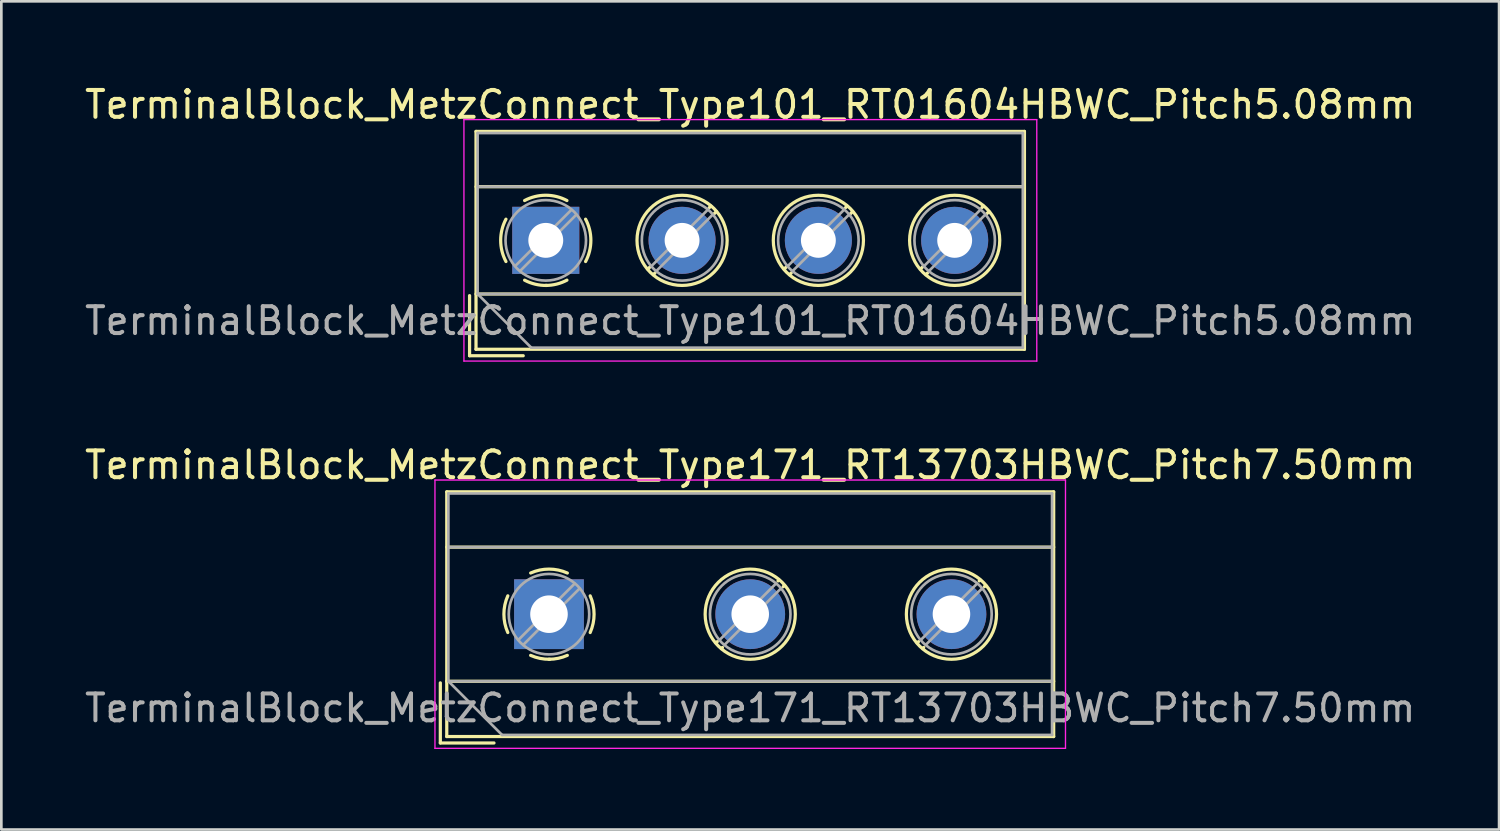
<source format=kicad_pcb>
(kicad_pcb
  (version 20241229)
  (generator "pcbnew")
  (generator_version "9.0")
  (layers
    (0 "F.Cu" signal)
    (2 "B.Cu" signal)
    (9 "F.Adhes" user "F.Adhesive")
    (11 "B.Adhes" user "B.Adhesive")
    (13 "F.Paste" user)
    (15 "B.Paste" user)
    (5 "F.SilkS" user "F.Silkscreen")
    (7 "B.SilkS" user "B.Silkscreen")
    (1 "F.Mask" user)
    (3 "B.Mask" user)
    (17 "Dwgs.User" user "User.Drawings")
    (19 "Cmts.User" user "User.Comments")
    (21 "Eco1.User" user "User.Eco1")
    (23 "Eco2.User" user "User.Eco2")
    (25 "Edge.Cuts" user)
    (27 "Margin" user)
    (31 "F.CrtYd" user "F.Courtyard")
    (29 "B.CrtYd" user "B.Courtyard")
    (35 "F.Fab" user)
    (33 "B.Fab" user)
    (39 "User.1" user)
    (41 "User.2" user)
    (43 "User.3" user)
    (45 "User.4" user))
  (footprint "TerminalBlock_MetzConnect_Type101_RT01604HBWC_Pitch5.08mm"
    (layer "F.Cu")
    (at 17.291 5.908)
    (property "Reference" "TerminalBlock_MetzConnect_Type101_RT01604HBWC_Pitch5.08mm" (at 7.62 -5.06 0) (layer "F.SilkS") (effects (font (size 1 1) (thickness 0.15))))
    (attr through_hole)
    (fp_line (start -2.84 2.06) (end -2.84 4.3) (stroke (width 0.12) (type solid)) (layer "F.SilkS"))
    (fp_line (start -2.84 4.3) (end -0.84 4.3) (stroke (width 0.12) (type solid)) (layer "F.SilkS"))
    (fp_line (start -2.6 -4.06) (end -2.6 4.06) (stroke (width 0.12) (type solid)) (layer "F.SilkS"))
    (fp_line (start -2.6 -2) (end 17.84 -2) (stroke (width 0.12) (type solid)) (layer "F.SilkS"))
    (fp_line (start -2.6 2) (end 17.84 2) (stroke (width 0.12) (type solid)) (layer "F.SilkS"))
    (fp_line (start -2.6 4.06) (end 17.84 4.06) (stroke (width 0.12) (type solid)) (layer "F.SilkS"))
    (fp_line (start 3.9 0.976) (end 3.806 1.069) (stroke (width 0.12) (type solid)) (layer "F.SilkS"))
    (fp_line (start 4.07 1.216) (end 4.011 1.274) (stroke (width 0.12) (type solid)) (layer "F.SilkS"))
    (fp_line (start 6.15 -1.275) (end 6.091 -1.216) (stroke (width 0.12) (type solid)) (layer "F.SilkS"))
    (fp_line (start 6.355 -1.069) (end 6.261 -0.976) (stroke (width 0.12) (type solid)) (layer "F.SilkS"))
    (fp_line (start 8.98 0.976) (end 8.886 1.069) (stroke (width 0.12) (type solid)) (layer "F.SilkS"))
    (fp_line (start 9.15 1.216) (end 9.091 1.274) (stroke (width 0.12) (type solid)) (layer "F.SilkS"))
    (fp_line (start 11.23 -1.275) (end 11.171 -1.216) (stroke (width 0.12) (type solid)) (layer "F.SilkS"))
    (fp_line (start 11.435 -1.069) (end 11.341 -0.976) (stroke (width 0.12) (type solid)) (layer "F.SilkS"))
    (fp_line (start 14.06 0.976) (end 13.966 1.069) (stroke (width 0.12) (type solid)) (layer "F.SilkS"))
    (fp_line (start 14.23 1.216) (end 14.171 1.274) (stroke (width 0.12) (type solid)) (layer "F.SilkS"))
    (fp_line (start 16.31 -1.275) (end 16.251 -1.216) (stroke (width 0.12) (type solid)) (layer "F.SilkS"))
    (fp_line (start 16.515 -1.069) (end 16.421 -0.976) (stroke (width 0.12) (type solid)) (layer "F.SilkS"))
    (fp_line (start 17.84 -4.06) (end -2.6 -4.06) (stroke (width 0.12) (type solid)) (layer "F.SilkS"))
    (fp_line (start 17.84 4.06) (end 17.84 -4.06) (stroke (width 0.12) (type solid)) (layer "F.SilkS"))
    (fp_arc (start -1.483953 0.789089) (mid -1.680708 0.00005) (end -1.484 -0.789) (stroke (width 0.12) (type solid)) (layer "F.SilkS"))
    (fp_arc (start -0.789089 -1.483953) (mid -0.00005 -1.680708) (end 0.789 -1.484) (stroke (width 0.12) (type solid)) (layer "F.SilkS"))
    (fp_arc (start 0.029383 1.68045) (mid -0.392304 1.634281) (end -0.789 1.484) (stroke (width 0.12) (type solid)) (layer "F.SilkS"))
    (fp_arc (start 0.788712 1.483352) (mid 0.406429 1.630097) (end 0 1.68) (stroke (width 0.12) (type solid)) (layer "F.SilkS"))
    (fp_arc (start 1.483953 -0.789089) (mid 1.680708 -0.00005) (end 1.484 0.789) (stroke (width 0.12) (type solid)) (layer "F.SilkS"))
    (fp_circle (center 5.08 0) (end 6.76 0) (stroke (width 0.12) (type solid)) (fill no) (layer "F.SilkS"))
    (fp_circle (center 10.16 0) (end 11.84 0) (stroke (width 0.12) (type solid)) (fill no) (layer "F.SilkS"))
    (fp_circle (center 15.24 0) (end 16.92 0) (stroke (width 0.12) (type solid)) (fill no) (layer "F.SilkS"))
    (fp_line (start -3.05 -4.5) (end -3.05 4.5) (stroke (width 0.05) (type solid)) (layer "F.CrtYd"))
    (fp_line (start -3.05 4.5) (end 18.3 4.5) (stroke (width 0.05) (type solid)) (layer "F.CrtYd"))
    (fp_line (start 18.3 -4.5) (end -3.05 -4.5) (stroke (width 0.05) (type solid)) (layer "F.CrtYd"))
    (fp_line (start 18.3 4.5) (end 18.3 -4.5) (stroke (width 0.05) (type solid)) (layer "F.CrtYd"))
    (fp_line (start -2.54 -4) (end 17.78 -4) (stroke (width 0.1) (type solid)) (layer "F.Fab"))
    (fp_line (start -2.54 -2) (end 17.78 -2) (stroke (width 0.1) (type solid)) (layer "F.Fab"))
    (fp_line (start -2.54 2) (end -2.54 -4) (stroke (width 0.1) (type solid)) (layer "F.Fab"))
    (fp_line (start -2.54 2) (end 17.78 2) (stroke (width 0.1) (type solid)) (layer "F.Fab"))
    (fp_line (start -0.54 4) (end -2.54 2) (stroke (width 0.1) (type solid)) (layer "F.Fab"))
    (fp_line (start 0.955 -1.138) (end -1.138 0.955) (stroke (width 0.1) (type solid)) (layer "F.Fab"))
    (fp_line (start 1.138 -0.955) (end -0.955 1.138) (stroke (width 0.1) (type solid)) (layer "F.Fab"))
    (fp_line (start 6.035 -1.138) (end 3.943 0.955) (stroke (width 0.1) (type solid)) (layer "F.Fab"))
    (fp_line (start 6.218 -0.955) (end 4.126 1.138) (stroke (width 0.1) (type solid)) (layer "F.Fab"))
    (fp_line (start 11.115 -1.138) (end 9.023 0.955) (stroke (width 0.1) (type solid)) (layer "F.Fab"))
    (fp_line (start 11.298 -0.955) (end 9.206 1.138) (stroke (width 0.1) (type solid)) (layer "F.Fab"))
    (fp_line (start 16.195 -1.138) (end 14.103 0.955) (stroke (width 0.1) (type solid)) (layer "F.Fab"))
    (fp_line (start 16.378 -0.955) (end 14.286 1.138) (stroke (width 0.1) (type solid)) (layer "F.Fab"))
    (fp_line (start 17.78 -4) (end 17.78 4) (stroke (width 0.1) (type solid)) (layer "F.Fab"))
    (fp_line (start 17.78 4) (end -0.54 4) (stroke (width 0.1) (type solid)) (layer "F.Fab"))
    (fp_circle (center 0 0) (end 1.5 0) (stroke (width 0.1) (type solid)) (fill no) (layer "F.Fab"))
    (fp_circle (center 5.08 0) (end 6.58 0) (stroke (width 0.1) (type solid)) (fill no) (layer "F.Fab"))
    (fp_circle (center 10.16 0) (end 11.66 0) (stroke (width 0.1) (type solid)) (fill no) (layer "F.Fab"))
    (fp_circle (center 15.24 0) (end 16.74 0) (stroke (width 0.1) (type solid)) (fill no) (layer "F.Fab"))
    (fp_text user "${REFERENCE}" (at 7.62 3 0) (layer "F.Fab") (effects (font (size 1 1) (thickness 0.15))))
    (pad "1" thru_hole rect (at 0 0) (size 2.5 2.5) (drill 1.3) (layers "*.Cu" "*.Mask"))
    (pad "2" thru_hole circle (at 5.08 0) (size 2.5 2.5) (drill 1.3) (layers "*.Cu" "*.Mask"))
    (pad "3" thru_hole circle (at 10.16 0) (size 2.5 2.5) (drill 1.3) (layers "*.Cu" "*.Mask"))
    (pad "4" thru_hole circle (at 15.24 0) (size 2.5 2.5) (drill 1.3) (layers "*.Cu" "*.Mask")))
  (footprint "TerminalBlock_MetzConnect_Type171_RT13703HBWC_Pitch7.50mm"
    (layer "F.Cu")
    (at 17.411 19.841)
    (property "Reference" "TerminalBlock_MetzConnect_Type171_RT13703HBWC_Pitch7.50mm" (at 7.5 -5.56 0) (layer "F.SilkS") (effects (font (size 1 1) (thickness 0.15))))
    (attr through_hole)
    (fp_line (start -4.05 2.56) (end -4.05 4.8) (stroke (width 0.12) (type solid)) (layer "F.SilkS"))
    (fp_line (start -4.05 4.8) (end -2.05 4.8) (stroke (width 0.12) (type solid)) (layer "F.SilkS"))
    (fp_line (start -3.81 -4.56) (end -3.81 4.56) (stroke (width 0.12) (type solid)) (layer "F.SilkS"))
    (fp_line (start -3.81 -2.5) (end 18.81 -2.5) (stroke (width 0.12) (type solid)) (layer "F.SilkS"))
    (fp_line (start -3.81 2.5) (end 18.81 2.5) (stroke (width 0.12) (type solid)) (layer "F.SilkS"))
    (fp_line (start -3.81 4.56) (end 18.81 4.56) (stroke (width 0.12) (type solid)) (layer "F.SilkS"))
    (fp_line (start 6.273 1.023) (end 6.226 1.069) (stroke (width 0.12) (type solid)) (layer "F.SilkS"))
    (fp_line (start 6.466 1.239) (end 6.431 1.274) (stroke (width 0.12) (type solid)) (layer "F.SilkS"))
    (fp_line (start 8.57 -1.275) (end 8.535 -1.239) (stroke (width 0.12) (type solid)) (layer "F.SilkS"))
    (fp_line (start 8.775 -1.069) (end 8.728 -1.023) (stroke (width 0.12) (type solid)) (layer "F.SilkS"))
    (fp_line (start 13.773 1.023) (end 13.726 1.069) (stroke (width 0.12) (type solid)) (layer "F.SilkS"))
    (fp_line (start 13.966 1.239) (end 13.931 1.274) (stroke (width 0.12) (type solid)) (layer "F.SilkS"))
    (fp_line (start 16.07 -1.275) (end 16.035 -1.239) (stroke (width 0.12) (type solid)) (layer "F.SilkS"))
    (fp_line (start 16.275 -1.069) (end 16.228 -1.023) (stroke (width 0.12) (type solid)) (layer "F.SilkS"))
    (fp_line (start 18.81 -4.56) (end -3.81 -4.56) (stroke (width 0.12) (type solid)) (layer "F.SilkS"))
    (fp_line (start 18.81 4.56) (end 18.81 -4.56) (stroke (width 0.12) (type solid)) (layer "F.SilkS"))
    (fp_arc (start -1.535427 0.683042) (mid -1.680501 -0.000524) (end -1.535 -0.684) (stroke (width 0.12) (type solid)) (layer "F.SilkS"))
    (fp_arc (start -0.683042 -1.535427) (mid 0.000524 -1.680501) (end 0.684 -1.535) (stroke (width 0.12) (type solid)) (layer "F.SilkS"))
    (fp_arc (start 0.028805 1.680253) (mid -0.335551 1.646659) (end -0.684 1.535) (stroke (width 0.12) (type solid)) (layer "F.SilkS"))
    (fp_arc (start 0.683318 1.534756) (mid 0.349292 1.643288) (end 0 1.68) (stroke (width 0.12) (type solid)) (layer "F.SilkS"))
    (fp_arc (start 1.535427 -0.683042) (mid 1.680501 0.000524) (end 1.535 0.684) (stroke (width 0.12) (type solid)) (layer "F.SilkS"))
    (fp_circle (center 7.5 0) (end 9.18 0) (stroke (width 0.12) (type solid)) (fill no) (layer "F.SilkS"))
    (fp_circle (center 15 0) (end 16.68 0) (stroke (width 0.12) (type solid)) (fill no) (layer "F.SilkS"))
    (fp_line (start -4.25 -5) (end -4.25 5) (stroke (width 0.05) (type solid)) (layer "F.CrtYd"))
    (fp_line (start -4.25 5) (end 19.25 5) (stroke (width 0.05) (type solid)) (layer "F.CrtYd"))
    (fp_line (start 19.25 -5) (end -4.25 -5) (stroke (width 0.05) (type solid)) (layer "F.CrtYd"))
    (fp_line (start 19.25 5) (end 19.25 -5) (stroke (width 0.05) (type solid)) (layer "F.CrtYd"))
    (fp_line (start -3.75 -4.5) (end 18.75 -4.5) (stroke (width 0.1) (type solid)) (layer "F.Fab"))
    (fp_line (start -3.75 -2.5) (end 18.75 -2.5) (stroke (width 0.1) (type solid)) (layer "F.Fab"))
    (fp_line (start -3.75 2.5) (end -3.75 -4.5) (stroke (width 0.1) (type solid)) (layer "F.Fab"))
    (fp_line (start -3.75 2.5) (end 18.75 2.5) (stroke (width 0.1) (type solid)) (layer "F.Fab"))
    (fp_line (start -1.75 4.5) (end -3.75 2.5) (stroke (width 0.1) (type solid)) (layer "F.Fab"))
    (fp_line (start 0.955 -1.138) (end -1.138 0.955) (stroke (width 0.1) (type solid)) (layer "F.Fab"))
    (fp_line (start 1.138 -0.955) (end -0.955 1.138) (stroke (width 0.1) (type solid)) (layer "F.Fab"))
    (fp_line (start 8.455 -1.138) (end 6.363 0.955) (stroke (width 0.1) (type solid)) (layer "F.Fab"))
    (fp_line (start 8.638 -0.955) (end 6.546 1.138) (stroke (width 0.1) (type solid)) (layer "F.Fab"))
    (fp_line (start 15.955 -1.138) (end 13.863 0.955) (stroke (width 0.1) (type solid)) (layer "F.Fab"))
    (fp_line (start 16.138 -0.955) (end 14.046 1.138) (stroke (width 0.1) (type solid)) (layer "F.Fab"))
    (fp_line (start 18.75 -4.5) (end 18.75 4.5) (stroke (width 0.1) (type solid)) (layer "F.Fab"))
    (fp_line (start 18.75 4.5) (end -1.75 4.5) (stroke (width 0.1) (type solid)) (layer "F.Fab"))
    (fp_circle (center 0 0) (end 1.5 0) (stroke (width 0.1) (type solid)) (fill no) (layer "F.Fab"))
    (fp_circle (center 7.5 0) (end 9 0) (stroke (width 0.1) (type solid)) (fill no) (layer "F.Fab"))
    (fp_circle (center 15 0) (end 16.5 0) (stroke (width 0.1) (type solid)) (fill no) (layer "F.Fab"))
    (fp_text user "${REFERENCE}" (at 7.5 3.5 0) (layer "F.Fab") (effects (font (size 1 1) (thickness 0.15))))
    (pad "1" thru_hole rect (at 0 0) (size 2.6 2.6) (drill 1.4) (layers "*.Cu" "*.Mask"))
    (pad "2" thru_hole circle (at 7.5 0) (size 2.6 2.6) (drill 1.4) (layers "*.Cu" "*.Mask"))
    (pad "3" thru_hole circle (at 15 0) (size 2.6 2.6) (drill 1.4) (layers "*.Cu" "*.Mask")))
  (gr_rect
    (start -3 -3)
    (end 52.821 27.866)
    (stroke (width 0.1) (type default))
    (fill no)
    (layer "Edge.Cuts")))
</source>
